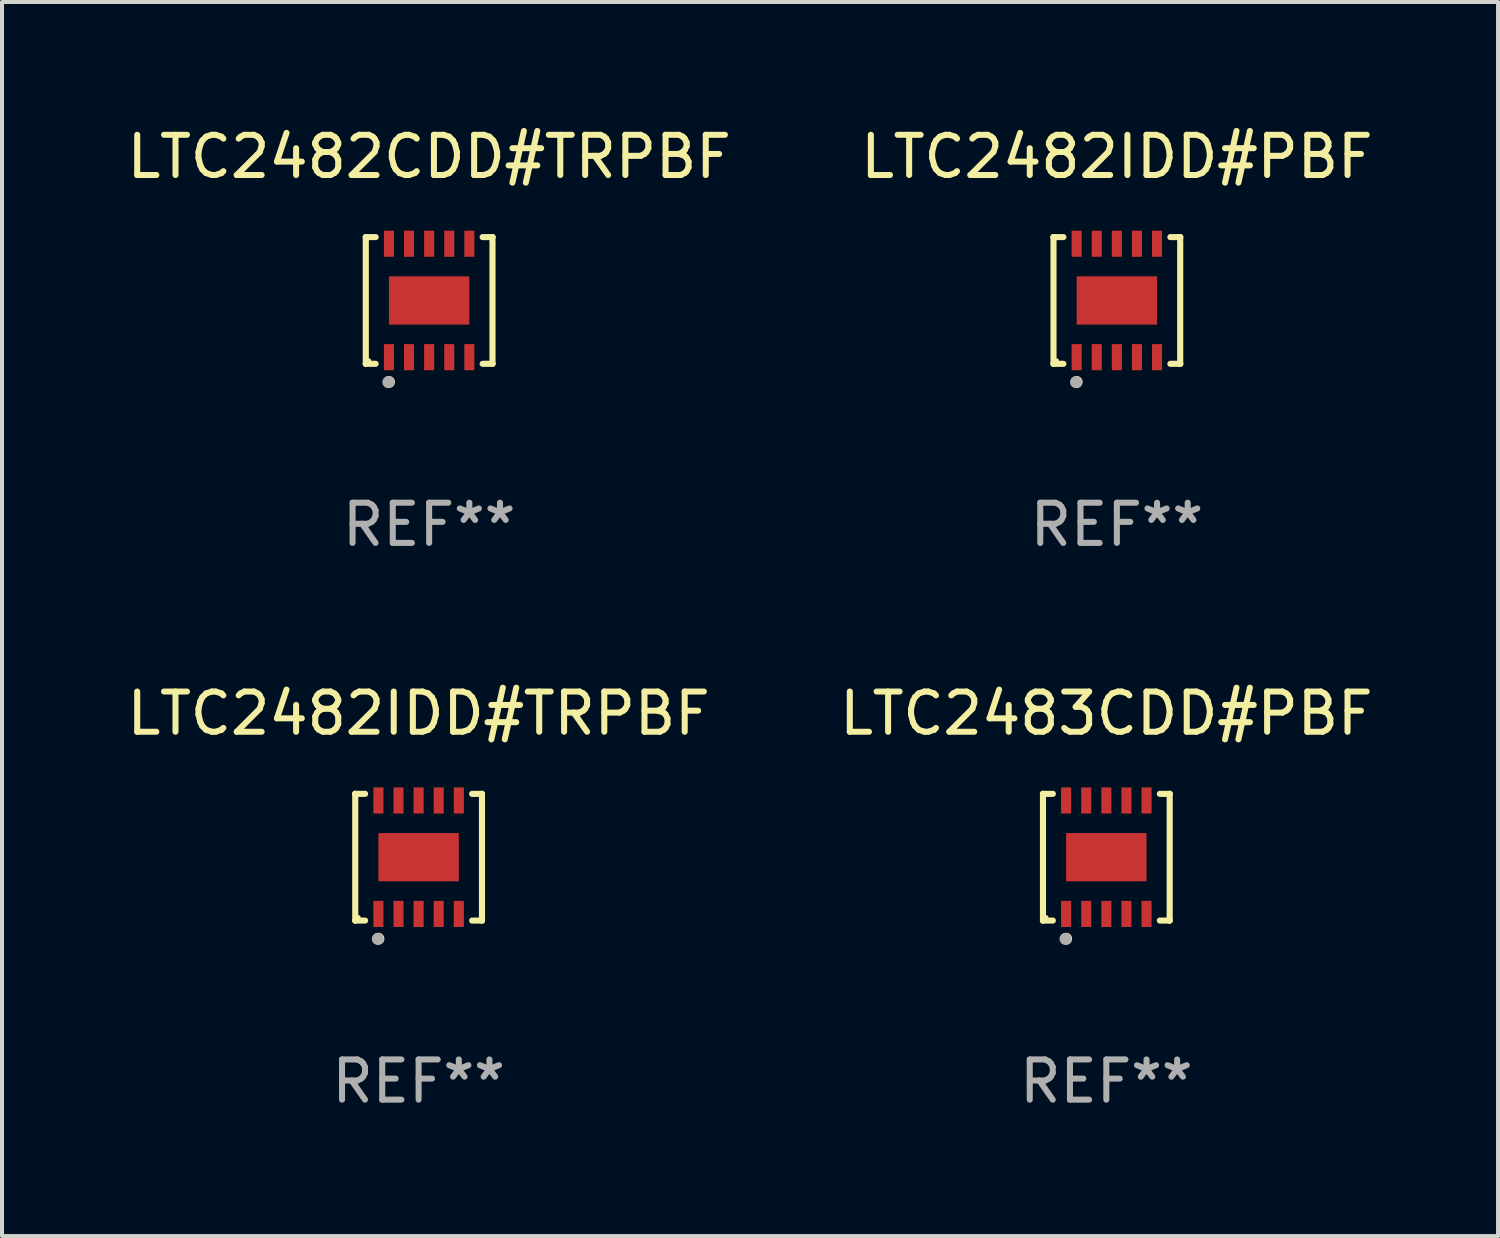
<source format=kicad_pcb>
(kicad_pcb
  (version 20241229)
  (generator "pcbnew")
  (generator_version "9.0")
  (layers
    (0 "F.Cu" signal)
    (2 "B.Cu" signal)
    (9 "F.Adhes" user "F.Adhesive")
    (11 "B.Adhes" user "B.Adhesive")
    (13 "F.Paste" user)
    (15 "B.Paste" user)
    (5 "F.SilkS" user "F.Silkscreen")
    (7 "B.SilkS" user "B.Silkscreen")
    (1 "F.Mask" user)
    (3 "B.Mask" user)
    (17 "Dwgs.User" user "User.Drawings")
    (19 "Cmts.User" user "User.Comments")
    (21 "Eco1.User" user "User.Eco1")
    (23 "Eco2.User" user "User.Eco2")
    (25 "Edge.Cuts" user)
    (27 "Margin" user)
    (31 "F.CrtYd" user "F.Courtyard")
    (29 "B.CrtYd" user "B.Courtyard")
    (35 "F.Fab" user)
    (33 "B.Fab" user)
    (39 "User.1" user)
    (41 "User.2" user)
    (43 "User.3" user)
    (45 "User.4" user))
  (footprint "LTC2482CDD#TRPBF"
    (layer "F.Cu")
    (at 7.625 4.424)
    (property "Reference" "LTC2482CDD#TRPBF" (at 0 -3.576 0) (layer "F.SilkS") (effects (font (size 1 1) (thickness 0.15))))
    (attr through_hole)
    (fp_line (start -1.576 -1.576) (end -1.576 -1.576) (stroke (width 0.152) (type solid)) (layer "F.SilkS"))
    (fp_line (start -1.576 -1.576) (end -1.331 -1.576) (stroke (width 0.152) (type solid)) (layer "F.SilkS"))
    (fp_line (start -1.576 1.576) (end -1.576 -1.576) (stroke (width 0.152) (type solid)) (layer "F.SilkS"))
    (fp_line (start -1.576 1.576) (end -1.576 1.576) (stroke (width 0.152) (type solid)) (layer "F.SilkS"))
    (fp_line (start -1.331 1.576) (end -1.576 1.576) (stroke (width 0.152) (type solid)) (layer "F.SilkS"))
    (fp_line (start 1.331 1.576) (end 1.576 1.576) (stroke (width 0.152) (type solid)) (layer "F.SilkS"))
    (fp_line (start 1.576 -1.576) (end 1.331 -1.576) (stroke (width 0.152) (type solid)) (layer "F.SilkS"))
    (fp_line (start 1.576 -1.576) (end 1.576 -1.576) (stroke (width 0.152) (type solid)) (layer "F.SilkS"))
    (fp_line (start 1.576 1.576) (end 1.576 -1.576) (stroke (width 0.152) (type solid)) (layer "F.SilkS"))
    (fp_line (start 1.576 1.576) (end 1.576 1.576) (stroke (width 0.152) (type solid)) (layer "F.SilkS"))
    (fp_circle (center -1.5 1.5) (end -1.47 1.5) (stroke (width 0.06) (type solid)) (fill no) (layer "F.SilkS"))
    (fp_circle (center -1 2.028) (end -0.925 2.028) (stroke (width 0.15) (type solid)) (fill no) (layer "F.SilkS"))
    (fp_circle (center -1.016 2.032) (end -0.941 2.032) (stroke (width 0.15) (type solid)) (fill no) (layer "F.Fab"))
    (fp_text user "REF**" (at 0 5.576 0) (layer "F.Fab") (effects (font (size 1 1) (thickness 0.15))))
    (pad "1" smd rect (at -1 1.411) (size 0.25 0.65) (layers "F.Cu" "F.Mask" "F.Paste"))
    (pad "2" smd rect (at -0.5 1.411) (size 0.25 0.65) (layers "F.Cu" "F.Mask" "F.Paste"))
    (pad "3" smd rect (at 0 1.411) (size 0.25 0.65) (layers "F.Cu" "F.Mask" "F.Paste"))
    (pad "4" smd rect (at 0.5 1.411) (size 0.25 0.65) (layers "F.Cu" "F.Mask" "F.Paste"))
    (pad "5" smd rect (at 1 1.411) (size 0.25 0.65) (layers "F.Cu" "F.Mask" "F.Paste"))
    (pad "6" smd rect (at 1 -1.411) (size 0.25 0.65) (layers "F.Cu" "F.Mask" "F.Paste"))
    (pad "7" smd rect (at 0.5 -1.411) (size 0.25 0.65) (layers "F.Cu" "F.Mask" "F.Paste"))
    (pad "8" smd rect (at 0 -1.411) (size 0.25 0.65) (layers "F.Cu" "F.Mask" "F.Paste"))
    (pad "9" smd rect (at -0.5 -1.411) (size 0.25 0.65) (layers "F.Cu" "F.Mask" "F.Paste"))
    (pad "10" smd rect (at -1 -1.411) (size 0.25 0.65) (layers "F.Cu" "F.Mask" "F.Paste"))
    (pad "11" smd rect (at 0 0) (size 2 1.2) (layers "F.Cu" "F.Mask" "F.Paste")))
  (footprint "LTC2482IDD#PBF"
    (layer "F.Cu")
    (at 24.732 4.424)
    (property "Reference" "LTC2482IDD#PBF" (at 0 -3.576 0) (layer "F.SilkS") (effects (font (size 1 1) (thickness 0.15))))
    (attr through_hole)
    (fp_line (start -1.576 -1.576) (end -1.576 -1.576) (stroke (width 0.152) (type solid)) (layer "F.SilkS"))
    (fp_line (start -1.576 -1.576) (end -1.331 -1.576) (stroke (width 0.152) (type solid)) (layer "F.SilkS"))
    (fp_line (start -1.576 1.576) (end -1.576 -1.576) (stroke (width 0.152) (type solid)) (layer "F.SilkS"))
    (fp_line (start -1.576 1.576) (end -1.576 1.576) (stroke (width 0.152) (type solid)) (layer "F.SilkS"))
    (fp_line (start -1.331 1.576) (end -1.576 1.576) (stroke (width 0.152) (type solid)) (layer "F.SilkS"))
    (fp_line (start 1.331 1.576) (end 1.576 1.576) (stroke (width 0.152) (type solid)) (layer "F.SilkS"))
    (fp_line (start 1.576 -1.576) (end 1.331 -1.576) (stroke (width 0.152) (type solid)) (layer "F.SilkS"))
    (fp_line (start 1.576 -1.576) (end 1.576 -1.576) (stroke (width 0.152) (type solid)) (layer "F.SilkS"))
    (fp_line (start 1.576 1.576) (end 1.576 -1.576) (stroke (width 0.152) (type solid)) (layer "F.SilkS"))
    (fp_line (start 1.576 1.576) (end 1.576 1.576) (stroke (width 0.152) (type solid)) (layer "F.SilkS"))
    (fp_circle (center -1.5 1.5) (end -1.47 1.5) (stroke (width 0.06) (type solid)) (fill no) (layer "F.SilkS"))
    (fp_circle (center -1 2.028) (end -0.925 2.028) (stroke (width 0.15) (type solid)) (fill no) (layer "F.SilkS"))
    (fp_circle (center -1.016 2.032) (end -0.941 2.032) (stroke (width 0.15) (type solid)) (fill no) (layer "F.Fab"))
    (fp_text user "REF**" (at 0 5.576 0) (layer "F.Fab") (effects (font (size 1 1) (thickness 0.15))))
    (pad "1" smd rect (at -1 1.411) (size 0.25 0.65) (layers "F.Cu" "F.Mask" "F.Paste"))
    (pad "2" smd rect (at -0.5 1.411) (size 0.25 0.65) (layers "F.Cu" "F.Mask" "F.Paste"))
    (pad "3" smd rect (at 0 1.411) (size 0.25 0.65) (layers "F.Cu" "F.Mask" "F.Paste"))
    (pad "4" smd rect (at 0.5 1.411) (size 0.25 0.65) (layers "F.Cu" "F.Mask" "F.Paste"))
    (pad "5" smd rect (at 1 1.411) (size 0.25 0.65) (layers "F.Cu" "F.Mask" "F.Paste"))
    (pad "6" smd rect (at 1 -1.411) (size 0.25 0.65) (layers "F.Cu" "F.Mask" "F.Paste"))
    (pad "7" smd rect (at 0.5 -1.411) (size 0.25 0.65) (layers "F.Cu" "F.Mask" "F.Paste"))
    (pad "8" smd rect (at 0 -1.411) (size 0.25 0.65) (layers "F.Cu" "F.Mask" "F.Paste"))
    (pad "9" smd rect (at -0.5 -1.411) (size 0.25 0.65) (layers "F.Cu" "F.Mask" "F.Paste"))
    (pad "10" smd rect (at -1 -1.411) (size 0.25 0.65) (layers "F.Cu" "F.Mask" "F.Paste"))
    (pad "11" smd rect (at 0 0) (size 2 1.2) (layers "F.Cu" "F.Mask" "F.Paste")))
  (footprint "LTC2482IDD#TRPBF"
    (layer "F.Cu")
    (at 7.363 18.273)
    (property "Reference" "LTC2482IDD#TRPBF" (at 0 -3.576 0) (layer "F.SilkS") (effects (font (size 1 1) (thickness 0.15))))
    (attr through_hole)
    (fp_line (start -1.576 -1.576) (end -1.576 -1.576) (stroke (width 0.152) (type solid)) (layer "F.SilkS"))
    (fp_line (start -1.576 -1.576) (end -1.331 -1.576) (stroke (width 0.152) (type solid)) (layer "F.SilkS"))
    (fp_line (start -1.576 1.576) (end -1.576 -1.576) (stroke (width 0.152) (type solid)) (layer "F.SilkS"))
    (fp_line (start -1.576 1.576) (end -1.576 1.576) (stroke (width 0.152) (type solid)) (layer "F.SilkS"))
    (fp_line (start -1.331 1.576) (end -1.576 1.576) (stroke (width 0.152) (type solid)) (layer "F.SilkS"))
    (fp_line (start 1.331 1.576) (end 1.576 1.576) (stroke (width 0.152) (type solid)) (layer "F.SilkS"))
    (fp_line (start 1.576 -1.576) (end 1.331 -1.576) (stroke (width 0.152) (type solid)) (layer "F.SilkS"))
    (fp_line (start 1.576 -1.576) (end 1.576 -1.576) (stroke (width 0.152) (type solid)) (layer "F.SilkS"))
    (fp_line (start 1.576 1.576) (end 1.576 -1.576) (stroke (width 0.152) (type solid)) (layer "F.SilkS"))
    (fp_line (start 1.576 1.576) (end 1.576 1.576) (stroke (width 0.152) (type solid)) (layer "F.SilkS"))
    (fp_circle (center -1.5 1.5) (end -1.47 1.5) (stroke (width 0.06) (type solid)) (fill no) (layer "F.SilkS"))
    (fp_circle (center -1 2.028) (end -0.925 2.028) (stroke (width 0.15) (type solid)) (fill no) (layer "F.SilkS"))
    (fp_circle (center -1.016 2.032) (end -0.941 2.032) (stroke (width 0.15) (type solid)) (fill no) (layer "F.Fab"))
    (fp_text user "REF**" (at 0 5.576 0) (layer "F.Fab") (effects (font (size 1 1) (thickness 0.15))))
    (pad "1" smd rect (at -1 1.411) (size 0.25 0.65) (layers "F.Cu" "F.Mask" "F.Paste"))
    (pad "2" smd rect (at -0.5 1.411) (size 0.25 0.65) (layers "F.Cu" "F.Mask" "F.Paste"))
    (pad "3" smd rect (at 0 1.411) (size 0.25 0.65) (layers "F.Cu" "F.Mask" "F.Paste"))
    (pad "4" smd rect (at 0.5 1.411) (size 0.25 0.65) (layers "F.Cu" "F.Mask" "F.Paste"))
    (pad "5" smd rect (at 1 1.411) (size 0.25 0.65) (layers "F.Cu" "F.Mask" "F.Paste"))
    (pad "6" smd rect (at 1 -1.411) (size 0.25 0.65) (layers "F.Cu" "F.Mask" "F.Paste"))
    (pad "7" smd rect (at 0.5 -1.411) (size 0.25 0.65) (layers "F.Cu" "F.Mask" "F.Paste"))
    (pad "8" smd rect (at 0 -1.411) (size 0.25 0.65) (layers "F.Cu" "F.Mask" "F.Paste"))
    (pad "9" smd rect (at -0.5 -1.411) (size 0.25 0.65) (layers "F.Cu" "F.Mask" "F.Paste"))
    (pad "10" smd rect (at -1 -1.411) (size 0.25 0.65) (layers "F.Cu" "F.Mask" "F.Paste"))
    (pad "11" smd rect (at 0 0) (size 2 1.2) (layers "F.Cu" "F.Mask" "F.Paste")))
  (footprint "LTC2483CDD#PBF"
    (layer "F.Cu")
    (at 24.47 18.273)
    (property "Reference" "LTC2483CDD#PBF" (at 0 -3.576 0) (layer "F.SilkS") (effects (font (size 1 1) (thickness 0.15))))
    (attr through_hole)
    (fp_line (start -1.576 -1.576) (end -1.576 -1.576) (stroke (width 0.152) (type solid)) (layer "F.SilkS"))
    (fp_line (start -1.576 -1.576) (end -1.331 -1.576) (stroke (width 0.152) (type solid)) (layer "F.SilkS"))
    (fp_line (start -1.576 1.576) (end -1.576 -1.576) (stroke (width 0.152) (type solid)) (layer "F.SilkS"))
    (fp_line (start -1.576 1.576) (end -1.576 1.576) (stroke (width 0.152) (type solid)) (layer "F.SilkS"))
    (fp_line (start -1.331 1.576) (end -1.576 1.576) (stroke (width 0.152) (type solid)) (layer "F.SilkS"))
    (fp_line (start 1.331 1.576) (end 1.576 1.576) (stroke (width 0.152) (type solid)) (layer "F.SilkS"))
    (fp_line (start 1.576 -1.576) (end 1.331 -1.576) (stroke (width 0.152) (type solid)) (layer "F.SilkS"))
    (fp_line (start 1.576 -1.576) (end 1.576 -1.576) (stroke (width 0.152) (type solid)) (layer "F.SilkS"))
    (fp_line (start 1.576 1.576) (end 1.576 -1.576) (stroke (width 0.152) (type solid)) (layer "F.SilkS"))
    (fp_line (start 1.576 1.576) (end 1.576 1.576) (stroke (width 0.152) (type solid)) (layer "F.SilkS"))
    (fp_circle (center -1.5 1.5) (end -1.47 1.5) (stroke (width 0.06) (type solid)) (fill no) (layer "F.SilkS"))
    (fp_circle (center -1 2.028) (end -0.925 2.028) (stroke (width 0.15) (type solid)) (fill no) (layer "F.SilkS"))
    (fp_circle (center -1.016 2.032) (end -0.941 2.032) (stroke (width 0.15) (type solid)) (fill no) (layer "F.Fab"))
    (fp_text user "REF**" (at 0 5.576 0) (layer "F.Fab") (effects (font (size 1 1) (thickness 0.15))))
    (pad "1" smd rect (at -1 1.411) (size 0.25 0.65) (layers "F.Cu" "F.Mask" "F.Paste"))
    (pad "2" smd rect (at -0.5 1.411) (size 0.25 0.65) (layers "F.Cu" "F.Mask" "F.Paste"))
    (pad "3" smd rect (at 0 1.411) (size 0.25 0.65) (layers "F.Cu" "F.Mask" "F.Paste"))
    (pad "4" smd rect (at 0.5 1.411) (size 0.25 0.65) (layers "F.Cu" "F.Mask" "F.Paste"))
    (pad "5" smd rect (at 1 1.411) (size 0.25 0.65) (layers "F.Cu" "F.Mask" "F.Paste"))
    (pad "6" smd rect (at 1 -1.411) (size 0.25 0.65) (layers "F.Cu" "F.Mask" "F.Paste"))
    (pad "7" smd rect (at 0.5 -1.411) (size 0.25 0.65) (layers "F.Cu" "F.Mask" "F.Paste"))
    (pad "8" smd rect (at 0 -1.411) (size 0.25 0.65) (layers "F.Cu" "F.Mask" "F.Paste"))
    (pad "9" smd rect (at -0.5 -1.411) (size 0.25 0.65) (layers "F.Cu" "F.Mask" "F.Paste"))
    (pad "10" smd rect (at -1 -1.411) (size 0.25 0.65) (layers "F.Cu" "F.Mask" "F.Paste"))
    (pad "11" smd rect (at 0 0) (size 2 1.2) (layers "F.Cu" "F.Mask" "F.Paste")))
  (gr_rect
    (start -3 -3)
    (end 34.214 27.698)
    (stroke (width 0.1) (type default))
    (fill no)
    (layer "Edge.Cuts")))
</source>
